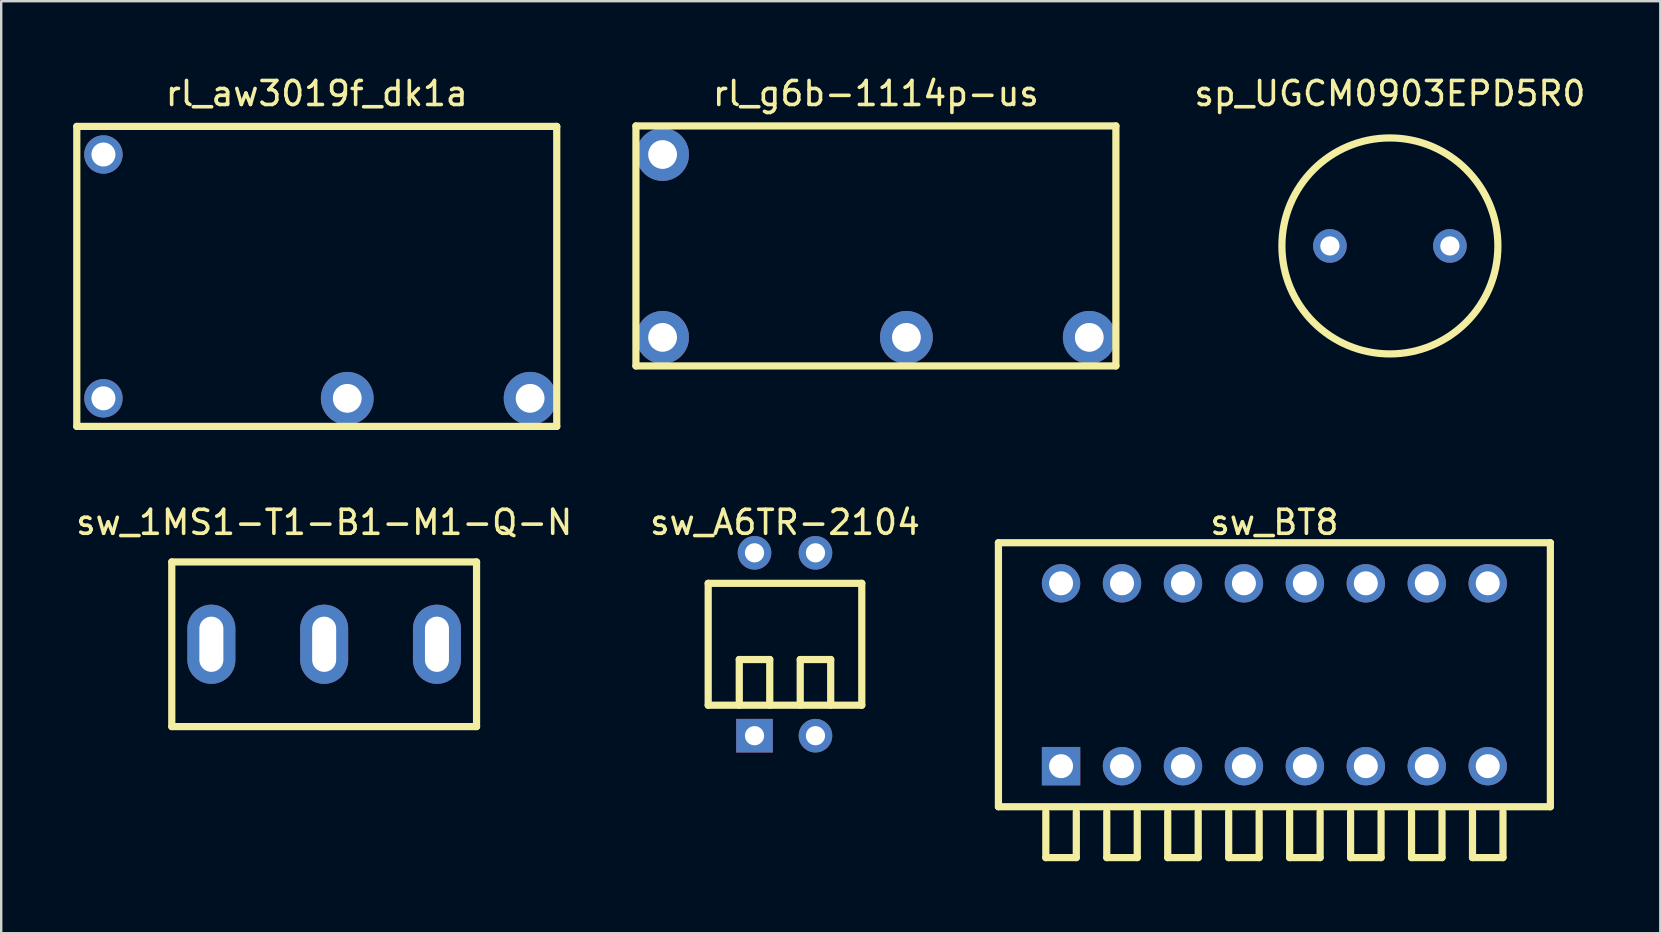
<source format=kicad_pcb>
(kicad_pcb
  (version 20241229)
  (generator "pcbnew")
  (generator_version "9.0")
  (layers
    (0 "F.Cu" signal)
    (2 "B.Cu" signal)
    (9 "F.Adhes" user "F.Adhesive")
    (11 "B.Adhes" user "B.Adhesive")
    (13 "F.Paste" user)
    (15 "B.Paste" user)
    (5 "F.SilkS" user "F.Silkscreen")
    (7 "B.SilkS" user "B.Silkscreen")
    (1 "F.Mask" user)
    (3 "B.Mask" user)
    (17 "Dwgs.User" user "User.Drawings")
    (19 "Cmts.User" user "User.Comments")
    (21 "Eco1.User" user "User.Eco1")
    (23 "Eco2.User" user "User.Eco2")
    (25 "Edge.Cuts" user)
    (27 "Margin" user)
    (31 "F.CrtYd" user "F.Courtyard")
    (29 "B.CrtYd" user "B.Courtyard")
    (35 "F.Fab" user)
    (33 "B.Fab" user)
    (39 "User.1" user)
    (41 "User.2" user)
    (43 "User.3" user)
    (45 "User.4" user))
  (footprint "rl_g6b-1114p-us"
    (layer "F.Cu")
    (at 33.45 7.198)
    (property "Reference" "rl_g6b-1114p-us" (at 0 -6.35 180) (layer "F.SilkS") (effects (font (size 1 1) (thickness 0.15))))
    (attr through_hole)
    (fp_line (start -10 -5) (end -10 5) (stroke (width 0.3) (type solid)) (layer "F.SilkS"))
    (fp_line (start -10 5) (end 10 5) (stroke (width 0.3) (type solid)) (layer "F.SilkS"))
    (fp_line (start 10 -5) (end -10 -5) (stroke (width 0.3) (type solid)) (layer "F.SilkS"))
    (fp_line (start 10 5) (end 10 -5) (stroke (width 0.3) (type solid)) (layer "F.SilkS"))
    (pad "1" thru_hole circle (at -8.89 3.81) (size 2.2 2.2) (drill 1.2) (layers "*.Cu" "*.Mask"))
    (pad "3" thru_hole circle (at 1.27 3.81) (size 2.2 2.2) (drill 1.2) (layers "*.Cu" "*.Mask"))
    (pad "4" thru_hole circle (at 8.89 3.81) (size 2.2 2.2) (drill 1.2) (layers "*.Cu" "*.Mask"))
    (pad "6" thru_hole circle (at -8.89 -3.81) (size 2.2 2.2) (drill 1.2) (layers "*.Cu" "*.Mask")))
  (footprint "sw_A6TR-2104"
    (layer "F.Cu")
    (at 29.661 23.797)
    (property "Reference" "sw_A6TR-2104" (at 0 -5.08 0) (layer "F.SilkS") (effects (font (size 1 1) (thickness 0.15))))
    (attr through_hole)
    (fp_line (start -3.2 -2.54) (end -3.2 2.54) (stroke (width 0.3) (type solid)) (layer "F.SilkS"))
    (fp_line (start -3.2 2.54) (end 3.2 2.54) (stroke (width 0.3) (type solid)) (layer "F.SilkS"))
    (fp_line (start -1.905 0.635) (end -0.635 0.635) (stroke (width 0.3) (type solid)) (layer "F.SilkS"))
    (fp_line (start -1.905 2.54) (end -1.905 0.635) (stroke (width 0.3) (type solid)) (layer "F.SilkS"))
    (fp_line (start -0.635 0.635) (end -0.635 2.54) (stroke (width 0.3) (type solid)) (layer "F.SilkS"))
    (fp_line (start 0.635 0.635) (end 1.905 0.635) (stroke (width 0.3) (type solid)) (layer "F.SilkS"))
    (fp_line (start 0.635 2.54) (end 0.635 0.635) (stroke (width 0.3) (type solid)) (layer "F.SilkS"))
    (fp_line (start 1.905 0.635) (end 1.905 2.54) (stroke (width 0.3) (type solid)) (layer "F.SilkS"))
    (fp_line (start 3.2 -2.54) (end -3.2 -2.54) (stroke (width 0.3) (type solid)) (layer "F.SilkS"))
    (fp_line (start 3.2 2.54) (end 3.2 -2.54) (stroke (width 0.3) (type solid)) (layer "F.SilkS"))
    (pad "1" thru_hole rect (at -1.27 3.81 270) (size 1.4 1.524) (drill 0.8) (layers "*.Cu" "*.Mask"))
    (pad "2" thru_hole circle (at 1.27 3.81) (size 1.4 1.4) (drill 0.8) (layers "*.Cu" "*.Mask"))
    (pad "3" thru_hole circle (at 1.27 -3.81) (size 1.4 1.4) (drill 0.8) (layers "*.Cu" "*.Mask"))
    (pad "4" thru_hole circle (at -1.27 -3.81) (size 1.4 1.4) (drill 0.8) (layers "*.Cu" "*.Mask")))
  (footprint "sw_1MS1-T1-B1-M1-Q-N"
    (layer "F.Cu")
    (at 10.458 23.797)
    (property "Reference" "sw_1MS1-T1-B1-M1-Q-N" (at 0 -5.08 0) (layer "F.SilkS") (effects (font (size 1 1) (thickness 0.15))))
    (attr through_hole)
    (fp_line (start -6.35 -3.43) (end -6.35 3.43) (stroke (width 0.3) (type solid)) (layer "F.SilkS"))
    (fp_line (start -6.35 3.43) (end 6.35 3.43) (stroke (width 0.3) (type solid)) (layer "F.SilkS"))
    (fp_line (start 6.35 -3.43) (end -6.35 -3.43) (stroke (width 0.3) (type solid)) (layer "F.SilkS"))
    (fp_line (start 6.35 3.43) (end 6.35 -3.43) (stroke (width 0.3) (type solid)) (layer "F.SilkS"))
    (pad "1" thru_hole oval (at -4.7 0) (size 2 3.3) (drill oval 1 2.3) (layers "*.Cu" "*.Mask"))
    (pad "2" thru_hole oval (at 0 0) (size 2 3.3) (drill oval 1 2.3) (layers "*.Cu" "*.Mask"))
    (pad "3" thru_hole oval (at 4.7 0) (size 2 3.3) (drill oval 1 2.3) (layers "*.Cu" "*.Mask")))
  (footprint "sw_BT8"
    (layer "F.Cu")
    (at 50.055 25.067)
    (property "Reference" "sw_BT8" (at 0 -6.35 0) (layer "F.SilkS") (effects (font (size 1 1) (thickness 0.15))))
    (attr through_hole)
    (fp_line (start -11.5 -5.5) (end -11.5 5.5) (stroke (width 0.3) (type solid)) (layer "F.SilkS"))
    (fp_line (start -11.5 5.5) (end 11.5 5.5) (stroke (width 0.3) (type solid)) (layer "F.SilkS"))
    (fp_line (start -9.525 5.715) (end -9.525 7.62) (stroke (width 0.3) (type solid)) (layer "F.SilkS"))
    (fp_line (start -9.525 7.62) (end -8.255 7.62) (stroke (width 0.3) (type solid)) (layer "F.SilkS"))
    (fp_line (start -8.255 7.62) (end -8.255 5.715) (stroke (width 0.3) (type solid)) (layer "F.SilkS"))
    (fp_line (start -6.985 5.715) (end -6.985 7.62) (stroke (width 0.3) (type solid)) (layer "F.SilkS"))
    (fp_line (start -6.985 7.62) (end -5.715 7.62) (stroke (width 0.3) (type solid)) (layer "F.SilkS"))
    (fp_line (start -5.715 7.62) (end -5.715 5.715) (stroke (width 0.3) (type solid)) (layer "F.SilkS"))
    (fp_line (start -4.445 5.715) (end -4.445 7.62) (stroke (width 0.3) (type solid)) (layer "F.SilkS"))
    (fp_line (start -4.445 7.62) (end -3.175 7.62) (stroke (width 0.3) (type solid)) (layer "F.SilkS"))
    (fp_line (start -3.175 7.62) (end -3.175 5.715) (stroke (width 0.3) (type solid)) (layer "F.SilkS"))
    (fp_line (start -1.905 5.715) (end -1.905 7.62) (stroke (width 0.3) (type solid)) (layer "F.SilkS"))
    (fp_line (start -1.905 7.62) (end -0.635 7.62) (stroke (width 0.3) (type solid)) (layer "F.SilkS"))
    (fp_line (start -0.635 7.62) (end -0.635 5.715) (stroke (width 0.3) (type solid)) (layer "F.SilkS"))
    (fp_line (start 0.635 5.715) (end 0.635 7.62) (stroke (width 0.3) (type solid)) (layer "F.SilkS"))
    (fp_line (start 0.635 7.62) (end 1.905 7.62) (stroke (width 0.3) (type solid)) (layer "F.SilkS"))
    (fp_line (start 1.905 7.62) (end 1.905 5.715) (stroke (width 0.3) (type solid)) (layer "F.SilkS"))
    (fp_line (start 3.175 5.715) (end 3.175 7.62) (stroke (width 0.3) (type solid)) (layer "F.SilkS"))
    (fp_line (start 3.175 7.62) (end 4.445 7.62) (stroke (width 0.3) (type solid)) (layer "F.SilkS"))
    (fp_line (start 4.445 7.62) (end 4.445 5.715) (stroke (width 0.3) (type solid)) (layer "F.SilkS"))
    (fp_line (start 5.715 5.715) (end 5.715 7.62) (stroke (width 0.3) (type solid)) (layer "F.SilkS"))
    (fp_line (start 5.715 7.62) (end 6.985 7.62) (stroke (width 0.3) (type solid)) (layer "F.SilkS"))
    (fp_line (start 6.985 7.62) (end 6.985 5.715) (stroke (width 0.3) (type solid)) (layer "F.SilkS"))
    (fp_line (start 8.255 5.715) (end 8.255 7.62) (stroke (width 0.3) (type solid)) (layer "F.SilkS"))
    (fp_line (start 8.255 7.62) (end 9.525 7.62) (stroke (width 0.3) (type solid)) (layer "F.SilkS"))
    (fp_line (start 9.525 7.62) (end 9.525 5.715) (stroke (width 0.3) (type solid)) (layer "F.SilkS"))
    (fp_line (start 11.5 -5.5) (end -11.5 -5.5) (stroke (width 0.3) (type solid)) (layer "F.SilkS"))
    (fp_line (start 11.5 5.5) (end 11.5 -5.5) (stroke (width 0.3) (type solid)) (layer "F.SilkS"))
    (pad "1" thru_hole rect (at -8.89 3.81) (size 1.6 1.6) (drill 1) (layers "*.Cu" "*.Mask"))
    (pad "2" thru_hole circle (at -6.35 3.81) (size 1.6 1.6) (drill 1) (layers "*.Cu" "*.Mask"))
    (pad "3" thru_hole circle (at -3.81 3.81) (size 1.6 1.6) (drill 1) (layers "*.Cu" "*.Mask"))
    (pad "4" thru_hole circle (at -1.27 3.81) (size 1.6 1.6) (drill 1) (layers "*.Cu" "*.Mask"))
    (pad "5" thru_hole circle (at 1.27 3.81) (size 1.6 1.6) (drill 1) (layers "*.Cu" "*.Mask"))
    (pad "6" thru_hole circle (at 3.81 3.81) (size 1.6 1.6) (drill 1) (layers "*.Cu" "*.Mask"))
    (pad "7" thru_hole circle (at 6.35 3.81) (size 1.6 1.6) (drill 1) (layers "*.Cu" "*.Mask"))
    (pad "8" thru_hole circle (at 8.89 3.81) (size 1.6 1.6) (drill 1) (layers "*.Cu" "*.Mask"))
    (pad "9" thru_hole circle (at 8.89 -3.81) (size 1.6 1.6) (drill 1) (layers "*.Cu" "*.Mask"))
    (pad "10" thru_hole circle (at 6.35 -3.81) (size 1.6 1.6) (drill 1) (layers "*.Cu" "*.Mask"))
    (pad "11" thru_hole circle (at 3.81 -3.81) (size 1.6 1.6) (drill 1) (layers "*.Cu" "*.Mask"))
    (pad "12" thru_hole circle (at 1.27 -3.81) (size 1.6 1.6) (drill 1) (layers "*.Cu" "*.Mask"))
    (pad "13" thru_hole circle (at -1.27 -3.81) (size 1.6 1.6) (drill 1) (layers "*.Cu" "*.Mask"))
    (pad "14" thru_hole circle (at -3.81 -3.81) (size 1.6 1.6) (drill 1) (layers "*.Cu" "*.Mask"))
    (pad "15" thru_hole circle (at -6.35 -3.81) (size 1.6 1.6) (drill 1) (layers "*.Cu" "*.Mask"))
    (pad "16" thru_hole circle (at -8.89 -3.81) (size 1.6 1.6) (drill 1) (layers "*.Cu" "*.Mask")))
  (footprint "sp_UGCM0903EPD5R0"
    (layer "F.Cu")
    (at 54.868 7.198)
    (property "Reference" "sp_UGCM0903EPD5R0" (at 0 -6.35 0) (layer "F.SilkS") (effects (font (size 1 1) (thickness 0.15))))
    (attr through_hole)
    (fp_circle (center 0 0) (end 4.5 0) (stroke (width 0.3) (type solid)) (fill no) (layer "F.SilkS"))
    (pad "1" thru_hole circle (at -2.5 0) (size 1.4 1.4) (drill 0.8) (layers "*.Cu" "*.Mask"))
    (pad "2" thru_hole circle (at 2.5 0) (size 1.4 1.4) (drill 0.8) (layers "*.Cu" "*.Mask")))
  (footprint "rl_aw3019f_dk1a"
    (layer "F.Cu")
    (at 10.15 8.468)
    (property "Reference" "rl_aw3019f_dk1a" (at 0 -7.62 0) (layer "F.SilkS") (effects (font (size 1 1) (thickness 0.15))))
    (attr through_hole)
    (fp_line (start -10 -6.25) (end -10 6.25) (stroke (width 0.3) (type solid)) (layer "F.SilkS"))
    (fp_line (start -10 6.25) (end 10 6.25) (stroke (width 0.3) (type solid)) (layer "F.SilkS"))
    (fp_line (start 10 -6.25) (end -10 -6.25) (stroke (width 0.3) (type solid)) (layer "F.SilkS"))
    (fp_line (start 10 6.25) (end 10 -6.25) (stroke (width 0.3) (type solid)) (layer "F.SilkS"))
    (pad "1" thru_hole circle (at -8.89 5.08) (size 1.6 1.6) (drill 1) (layers "*.Cu" "*.Mask"))
    (pad "3" thru_hole circle (at 1.27 5.08) (size 2.2 2.2) (drill 1.2) (layers "*.Cu" "*.Mask"))
    (pad "4" thru_hole circle (at 8.89 5.08) (size 2.2 2.2) (drill 1.2) (layers "*.Cu" "*.Mask"))
    (pad "6" thru_hole circle (at -8.89 -5.08) (size 1.6 1.6) (drill 1) (layers "*.Cu" "*.Mask")))
  (gr_rect
    (start -3 -3)
    (end 66.136 35.837)
    (stroke (width 0.1) (type default))
    (fill no)
    (layer "Edge.Cuts")))
</source>
